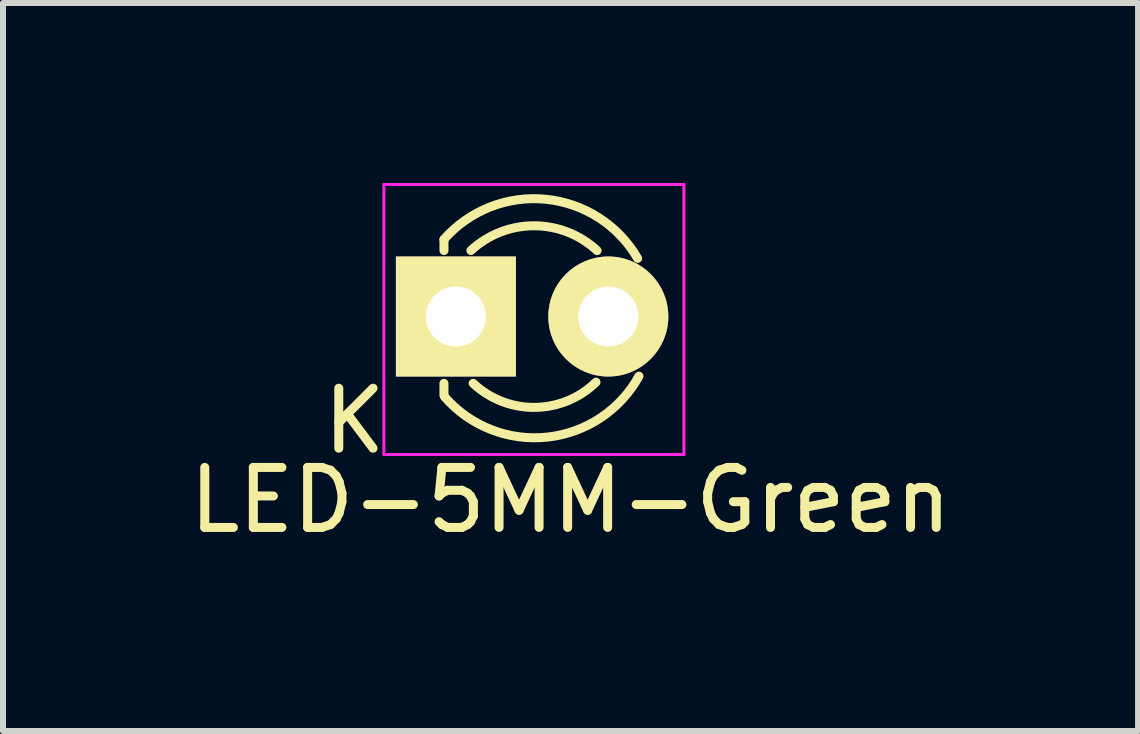
<source format=kicad_pcb>
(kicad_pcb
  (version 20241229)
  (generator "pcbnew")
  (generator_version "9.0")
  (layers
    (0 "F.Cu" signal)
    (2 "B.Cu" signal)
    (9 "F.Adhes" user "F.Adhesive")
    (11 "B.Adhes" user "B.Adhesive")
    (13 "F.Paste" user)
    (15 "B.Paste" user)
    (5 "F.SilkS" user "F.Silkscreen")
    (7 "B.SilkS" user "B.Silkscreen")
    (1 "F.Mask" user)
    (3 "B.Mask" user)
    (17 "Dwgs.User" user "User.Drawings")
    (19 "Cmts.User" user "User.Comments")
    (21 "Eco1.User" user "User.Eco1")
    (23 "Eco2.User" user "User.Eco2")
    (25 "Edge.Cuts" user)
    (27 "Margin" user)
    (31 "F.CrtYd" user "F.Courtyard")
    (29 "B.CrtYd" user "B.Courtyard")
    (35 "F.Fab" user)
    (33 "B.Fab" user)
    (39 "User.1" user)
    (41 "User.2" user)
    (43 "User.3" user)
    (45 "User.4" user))
  (footprint "LED-5MM-Green"
    (layer "F.Cu")
    (at 4.548 2.225)
    (property "Reference" "LED-5MM-Green" (at 1.91 3.06 0) (layer "F.SilkS") (effects (font (size 1 1) (thickness 0.15))))
    (attr through_hole)
    (fp_line (start -0.199 -1.28) (end -0.199 -1.1) (stroke (width 0.15) (type solid)) (layer "F.SilkS"))
    (fp_line (start -0.199 1.314) (end -0.199 1.114) (stroke (width 0.15) (type solid)) (layer "F.SilkS"))
    (fp_arc (start -0.199 -1.286) (mid 1.495903 -1.954571) (end 3.028744 -0.969643) (stroke (width 0.15) (type solid)) (layer "F.SilkS"))
    (fp_arc (start 0.25 -1.1) (mid 1.301686 -1.512142) (end 2.353005 -1.099067) (stroke (width 0.15) (type solid)) (layer "F.SilkS"))
    (fp_arc (start 2.335 1.094) (mid 1.31492 1.51473) (end 0.287111 1.113252) (stroke (width 0.15) (type solid)) (layer "F.SilkS"))
    (fp_arc (start 3.051 0.994) (mid 1.522637 2.009958) (end -0.18622 1.340726) (stroke (width 0.15) (type solid)) (layer "F.SilkS"))
    (fp_line (start -1.2 -2.2) (end -1.2 2.3) (stroke (width 0.05) (type solid)) (layer "F.CrtYd"))
    (fp_line (start -1.2 2.3) (end 3.8 2.3) (stroke (width 0.05) (type solid)) (layer "F.CrtYd"))
    (fp_line (start 3.8 -2.2) (end -1.2 -2.2) (stroke (width 0.05) (type solid)) (layer "F.CrtYd"))
    (fp_line (start 3.8 2.3) (end 3.8 -2.2) (stroke (width 0.05) (type solid)) (layer "F.CrtYd"))
    (fp_text user "K" (at -1.69 1.74 0) (layer "F.SilkS") (effects (font (size 1 1) (thickness 0.15))))
    (pad "1" thru_hole rect (at 0 0 90) (size 2 2) (drill 1.001) (layers "*.Cu" "*.Mask" "F.SilkS"))
    (pad "2" thru_hole circle (at 2.54 0) (size 2 2) (drill 1.001) (layers "*.Cu" "*.Mask" "F.SilkS")))
  (gr_rect
    (start -3 -3)
    (end 15.917 9.133)
    (stroke (width 0.1) (type default))
    (fill no)
    (layer "Edge.Cuts")))
</source>
